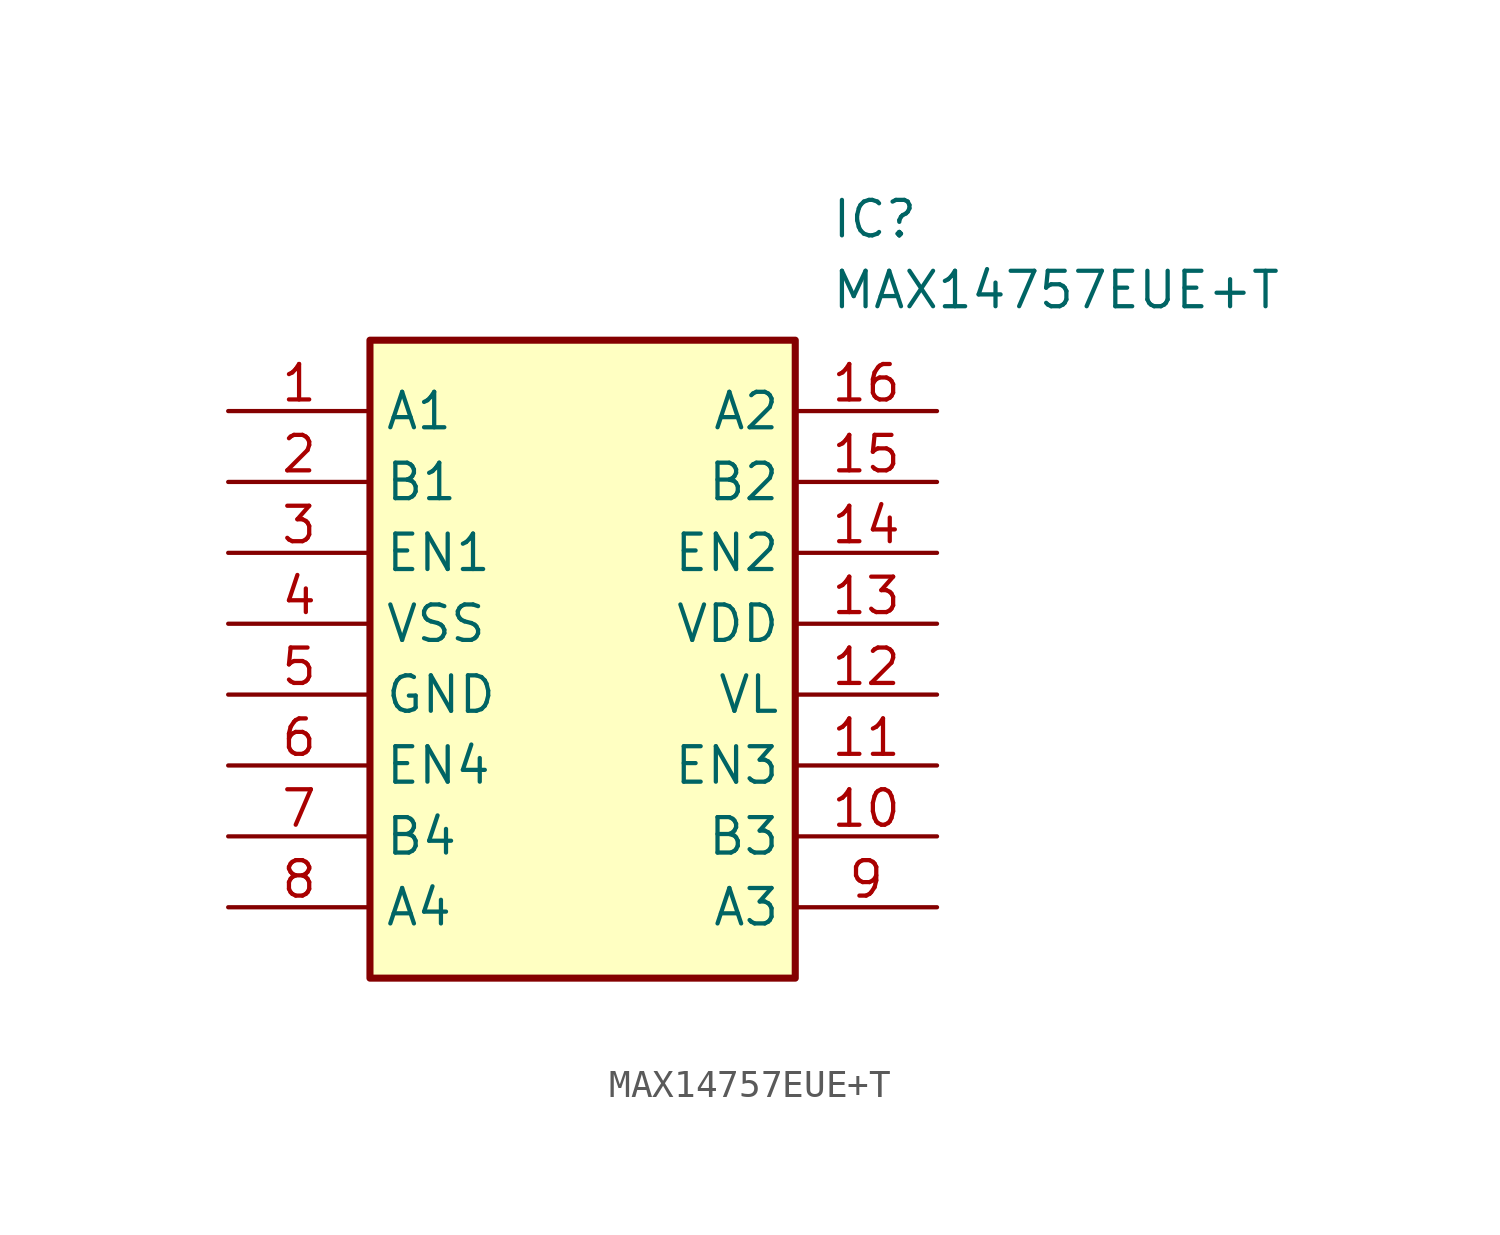
<source format=kicad_sym>
(kicad_symbol_lib
  (version 20220914)
  (generator kicad_symbol_editor)
  (symbol "MAX14757EUE+T"
    (property "Reference" "IC"
      (at 21.59 7.62 0)
      (effects (font (size 1.27 1.27)) (justify left top)))
    (property "Value" "MAX14757EUE+T"
      (at 21.59 5.08 0)
      (effects (font (size 1.27 1.27)) (justify left top)))
    (symbol "MAX14757EUE+T_1_1"
      (rectangle (start 5.08 2.54) (end 20.32 -20.32) (stroke (width 0.254) (type default)) (fill (type background)))
      (pin passive line (at 0 0 0) (length 5.08) (name "A1" (effects (font (size 1.27 1.27)))) (number "1" (effects (font (size 1.27 1.27)))))
      (pin passive line (at 25.4 -15.24 180) (length 5.08) (name "B3" (effects (font (size 1.27 1.27)))) (number "10" (effects (font (size 1.27 1.27)))))
      (pin passive line (at 25.4 -12.7 180) (length 5.08) (name "EN3" (effects (font (size 1.27 1.27)))) (number "11" (effects (font (size 1.27 1.27)))))
      (pin passive line (at 25.4 -10.16 180) (length 5.08) (name "VL" (effects (font (size 1.27 1.27)))) (number "12" (effects (font (size 1.27 1.27)))))
      (pin passive line (at 25.4 -7.62 180) (length 5.08) (name "VDD" (effects (font (size 1.27 1.27)))) (number "13" (effects (font (size 1.27 1.27)))))
      (pin passive line (at 25.4 -5.08 180) (length 5.08) (name "EN2" (effects (font (size 1.27 1.27)))) (number "14" (effects (font (size 1.27 1.27)))))
      (pin passive line (at 25.4 -2.54 180) (length 5.08) (name "B2" (effects (font (size 1.27 1.27)))) (number "15" (effects (font (size 1.27 1.27)))))
      (pin passive line (at 25.4 0 180) (length 5.08) (name "A2" (effects (font (size 1.27 1.27)))) (number "16" (effects (font (size 1.27 1.27)))))
      (pin passive line (at 0 -2.54 0) (length 5.08) (name "B1" (effects (font (size 1.27 1.27)))) (number "2" (effects (font (size 1.27 1.27)))))
      (pin passive line (at 0 -5.08 0) (length 5.08) (name "EN1" (effects (font (size 1.27 1.27)))) (number "3" (effects (font (size 1.27 1.27)))))
      (pin passive line (at 0 -7.62 0) (length 5.08) (name "VSS" (effects (font (size 1.27 1.27)))) (number "4" (effects (font (size 1.27 1.27)))))
      (pin passive line (at 0 -10.16 0) (length 5.08) (name "GND" (effects (font (size 1.27 1.27)))) (number "5" (effects (font (size 1.27 1.27)))))
      (pin passive line (at 0 -12.7 0) (length 5.08) (name "EN4" (effects (font (size 1.27 1.27)))) (number "6" (effects (font (size 1.27 1.27)))))
      (pin passive line (at 0 -15.24 0) (length 5.08) (name "B4" (effects (font (size 1.27 1.27)))) (number "7" (effects (font (size 1.27 1.27)))))
      (pin passive line (at 0 -17.78 0) (length 5.08) (name "A4" (effects (font (size 1.27 1.27)))) (number "8" (effects (font (size 1.27 1.27)))))
      (pin passive line (at 25.4 -17.78 180) (length 5.08) (name "A3" (effects (font (size 1.27 1.27)))) (number "9" (effects (font (size 1.27 1.27))))))))
</source>
